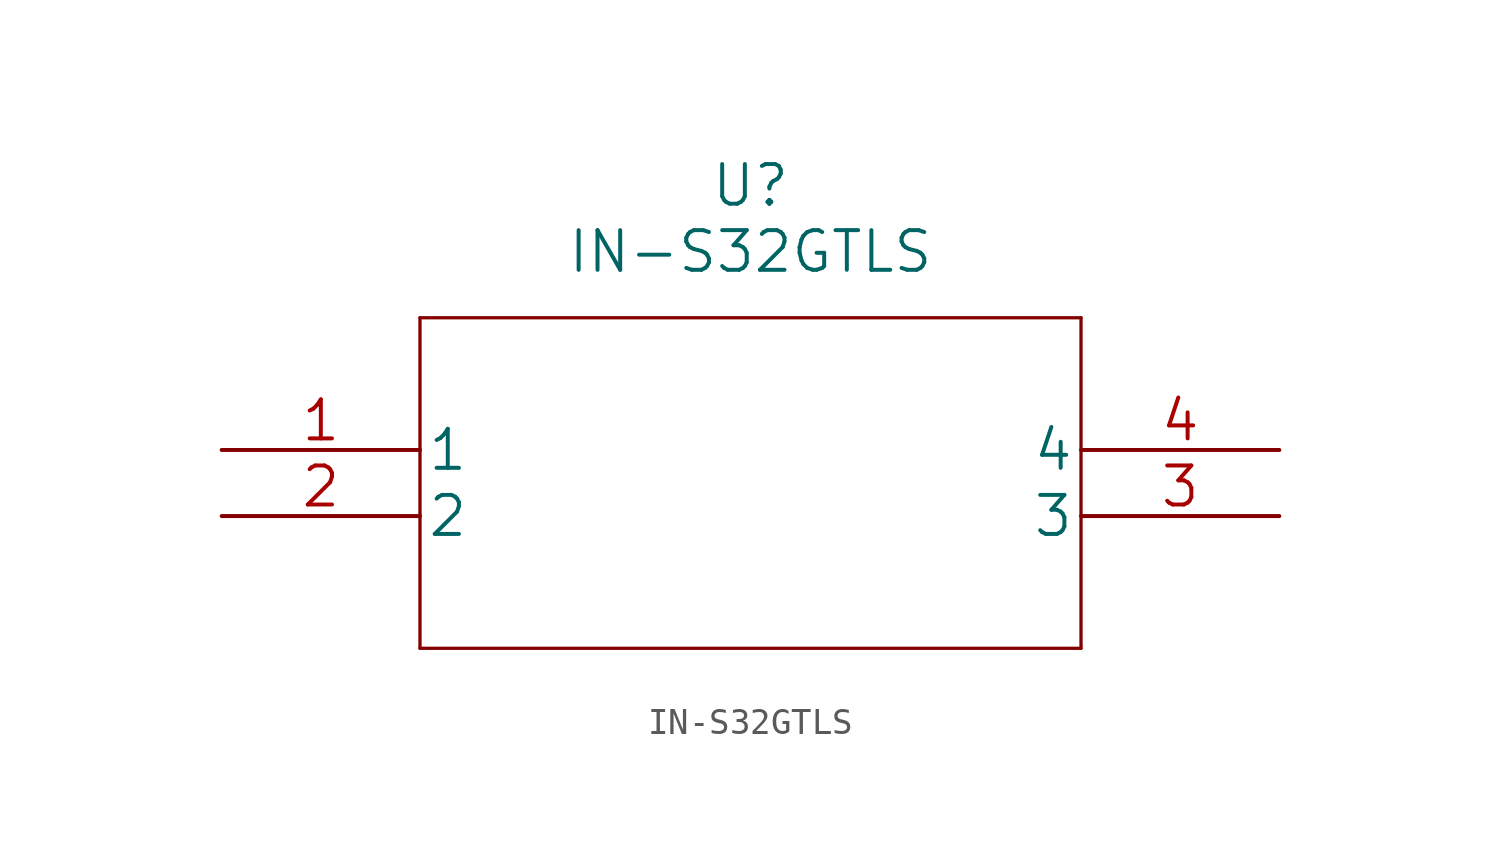
<source format=kicad_sym>
(kicad_symbol_lib
  (version 20211014)
  (generator kicad_symbol_editor)
  (symbol "IN-S32GTLS"
    (pin_names
      (offset 0.254))
    (property "Reference" "U"
      (at 20.32 10.16 0)
      (effects (font (size 1.524 1.524))))
    (property "Value" "IN-S32GTLS"
      (at 20.32 7.62 0)
      (effects (font (size 1.524 1.524))))
    (property "Datasheet" ""
      (at 0 0 0)
      (effects (font (size 1.524 1.524))))
    (property "ki_locked" ""
      (at 0 0 0)
      (effects (font (size 1.27 1.27))))
    (symbol "IN-S32GTLS_1_1"
      (polyline (pts (xy 7.62 -7.62) (xy 33.02 -7.62)) (stroke (width 0.127) (type default) (color 0 0 0 0)) (fill (type none)))
      (polyline (pts (xy 7.62 5.08) (xy 7.62 -7.62)) (stroke (width 0.127) (type default) (color 0 0 0 0)) (fill (type none)))
      (polyline (pts (xy 33.02 -7.62) (xy 33.02 5.08)) (stroke (width 0.127) (type default) (color 0 0 0 0)) (fill (type none)))
      (polyline (pts (xy 33.02 5.08) (xy 7.62 5.08)) (stroke (width 0.127) (type default) (color 0 0 0 0)) (fill (type none)))
      (pin unspecified line (at 0 0 0) (length 7.62) (name "1" (effects (font (size 1.499 1.499)))) (number "1" (effects (font (size 1.499 1.499)))))
      (pin unspecified line (at 0 -2.54 0) (length 7.62) (name "2" (effects (font (size 1.499 1.499)))) (number "2" (effects (font (size 1.499 1.499)))))
      (pin unspecified line (at 40.64 -2.54 180) (length 7.62) (name "3" (effects (font (size 1.499 1.499)))) (number "3" (effects (font (size 1.499 1.499)))))
      (pin unspecified line (at 40.64 0 180) (length 7.62) (name "4" (effects (font (size 1.499 1.499)))) (number "4" (effects (font (size 1.499 1.499))))))))
</source>
